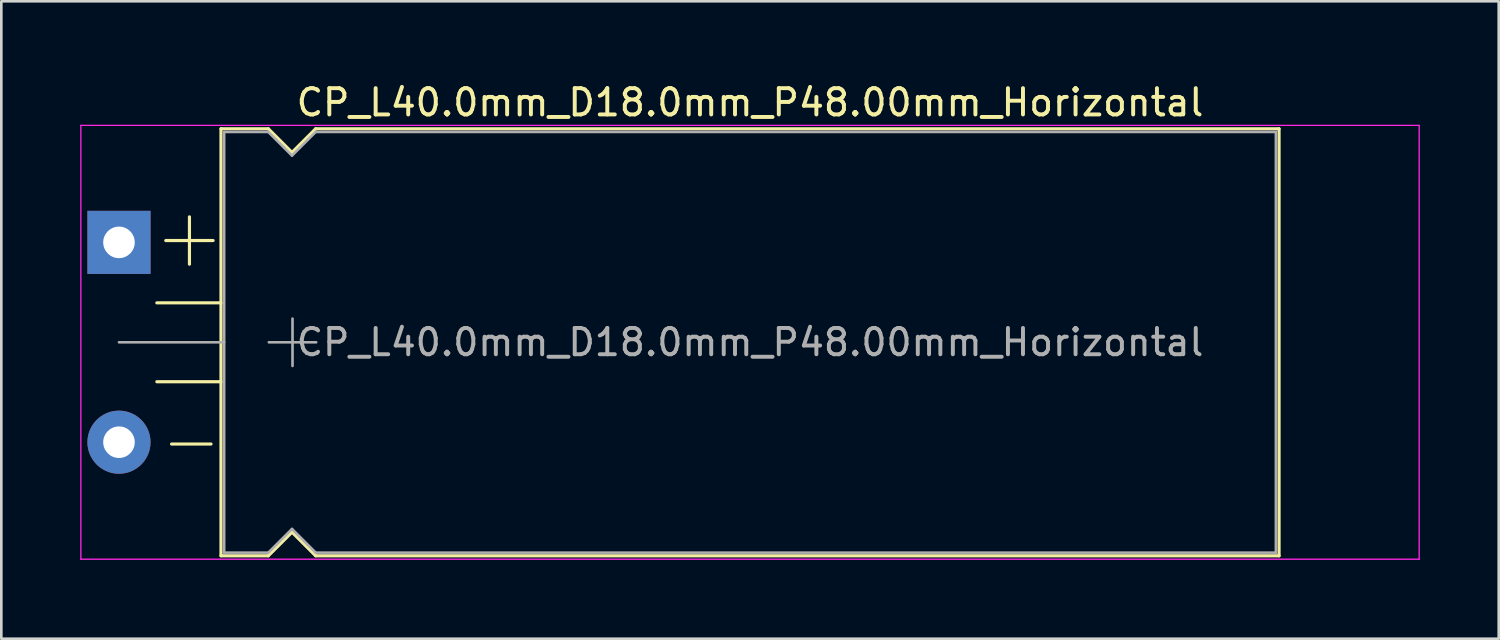
<source format=kicad_pcb>
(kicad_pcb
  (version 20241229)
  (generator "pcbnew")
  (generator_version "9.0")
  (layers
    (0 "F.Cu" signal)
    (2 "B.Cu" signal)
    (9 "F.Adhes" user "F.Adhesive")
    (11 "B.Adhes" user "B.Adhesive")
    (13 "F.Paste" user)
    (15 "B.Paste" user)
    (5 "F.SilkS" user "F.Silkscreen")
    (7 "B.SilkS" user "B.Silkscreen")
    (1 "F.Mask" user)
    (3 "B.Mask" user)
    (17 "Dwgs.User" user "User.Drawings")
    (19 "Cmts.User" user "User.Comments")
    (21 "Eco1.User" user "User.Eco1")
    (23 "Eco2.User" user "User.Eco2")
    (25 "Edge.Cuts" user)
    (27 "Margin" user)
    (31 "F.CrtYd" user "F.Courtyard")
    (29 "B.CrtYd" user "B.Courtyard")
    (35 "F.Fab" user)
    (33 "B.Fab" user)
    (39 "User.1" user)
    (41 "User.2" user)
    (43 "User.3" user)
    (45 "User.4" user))
  (footprint "CP_L40.0mm_D18.0mm_P48.00mm_Horizontal"
    (layer "F.Cu")
    (at 1.475 9.968)
    (property "Reference" "CP_L40.0mm_D18.0mm_P48.00mm_Horizontal" (at 24 -9.12 0) (layer "F.SilkS") (effects (font (size 1 1) (thickness 0.15))))
    (attr through_hole)
    (fp_line (start 1.44 -1.5) (end 3.88 -1.5) (stroke (width 0.12) (type solid)) (layer "F.SilkS"))
    (fp_line (start 1.78 -3.87) (end 3.58 -3.87) (stroke (width 0.12) (type solid)) (layer "F.SilkS"))
    (fp_line (start 2 3.87) (end 3.5 3.87) (stroke (width 0.12) (type solid)) (layer "F.SilkS"))
    (fp_line (start 2.68 -4.77) (end 2.68 -2.97) (stroke (width 0.12) (type solid)) (layer "F.SilkS"))
    (fp_line (start 3.88 -8.12) (end 3.88 8.12) (stroke (width 0.12) (type solid)) (layer "F.SilkS"))
    (fp_line (start 3.88 -8.12) (end 5.68 -8.12) (stroke (width 0.12) (type solid)) (layer "F.SilkS"))
    (fp_line (start 3.88 1.5) (end 1.44 1.5) (stroke (width 0.12) (type solid)) (layer "F.SilkS"))
    (fp_line (start 3.88 8.12) (end 5.68 8.12) (stroke (width 0.12) (type solid)) (layer "F.SilkS"))
    (fp_line (start 5.68 -8.12) (end 6.58 -7.22) (stroke (width 0.12) (type solid)) (layer "F.SilkS"))
    (fp_line (start 5.68 8.12) (end 6.58 7.22) (stroke (width 0.12) (type solid)) (layer "F.SilkS"))
    (fp_line (start 6.58 -7.22) (end 7.48 -8.12) (stroke (width 0.12) (type solid)) (layer "F.SilkS"))
    (fp_line (start 6.58 7.22) (end 7.48 8.12) (stroke (width 0.12) (type solid)) (layer "F.SilkS"))
    (fp_line (start 7.48 -8.12) (end 44.12 -8.12) (stroke (width 0.12) (type solid)) (layer "F.SilkS"))
    (fp_line (start 7.48 8.12) (end 44.12 8.12) (stroke (width 0.12) (type solid)) (layer "F.SilkS"))
    (fp_line (start 44.12 -8.12) (end 44.12 8.12) (stroke (width 0.12) (type solid)) (layer "F.SilkS"))
    (fp_line (start -1.45 -8.25) (end -1.45 8.25) (stroke (width 0.05) (type solid)) (layer "F.CrtYd"))
    (fp_line (start -1.45 8.25) (end 49.45 8.25) (stroke (width 0.05) (type solid)) (layer "F.CrtYd"))
    (fp_line (start 49.45 -8.25) (end -1.45 -8.25) (stroke (width 0.05) (type solid)) (layer "F.CrtYd"))
    (fp_line (start 49.45 8.25) (end 49.45 -8.25) (stroke (width 0.05) (type solid)) (layer "F.CrtYd"))
    (fp_line (start 0 0) (end 4 0) (stroke (width 0.1) (type solid)) (layer "F.Fab"))
    (fp_line (start 4 -8) (end 4 8) (stroke (width 0.1) (type solid)) (layer "F.Fab"))
    (fp_line (start 4 -8) (end 5.68 -8) (stroke (width 0.1) (type solid)) (layer "F.Fab"))
    (fp_line (start 4 8) (end 5.68 8) (stroke (width 0.1) (type solid)) (layer "F.Fab"))
    (fp_line (start 5.68 -8) (end 6.58 -7.1) (stroke (width 0.1) (type solid)) (layer "F.Fab"))
    (fp_line (start 5.68 8) (end 6.58 7.1) (stroke (width 0.1) (type solid)) (layer "F.Fab"))
    (fp_line (start 5.7 0) (end 7.5 0) (stroke (width 0.1) (type solid)) (layer "F.Fab"))
    (fp_line (start 6.58 -7.1) (end 7.48 -8) (stroke (width 0.1) (type solid)) (layer "F.Fab"))
    (fp_line (start 6.58 7.1) (end 7.48 8) (stroke (width 0.1) (type solid)) (layer "F.Fab"))
    (fp_line (start 6.6 -0.9) (end 6.6 0.9) (stroke (width 0.1) (type solid)) (layer "F.Fab"))
    (fp_line (start 7.48 -8) (end 44 -8) (stroke (width 0.1) (type solid)) (layer "F.Fab"))
    (fp_line (start 7.48 8) (end 44 8) (stroke (width 0.1) (type solid)) (layer "F.Fab"))
    (fp_line (start 44 -8) (end 44 8) (stroke (width 0.1) (type solid)) (layer "F.Fab"))
    (fp_text user "${REFERENCE}" (at 24 0 0) (layer "F.Fab") (effects (font (size 1 1) (thickness 0.15))))
    (pad "1" thru_hole rect (at 0 -3.8) (size 2.4 2.4) (drill 1.2) (layers "*.Cu" "*.Mask"))
    (pad "2" thru_hole oval (at 0 3.8) (size 2.4 2.4) (drill 1.2) (layers "*.Cu" "*.Mask")))
  (gr_rect
    (start -3 -3)
    (end 53.95 21.243)
    (stroke (width 0.1) (type default))
    (fill no)
    (layer "Edge.Cuts")))
</source>
